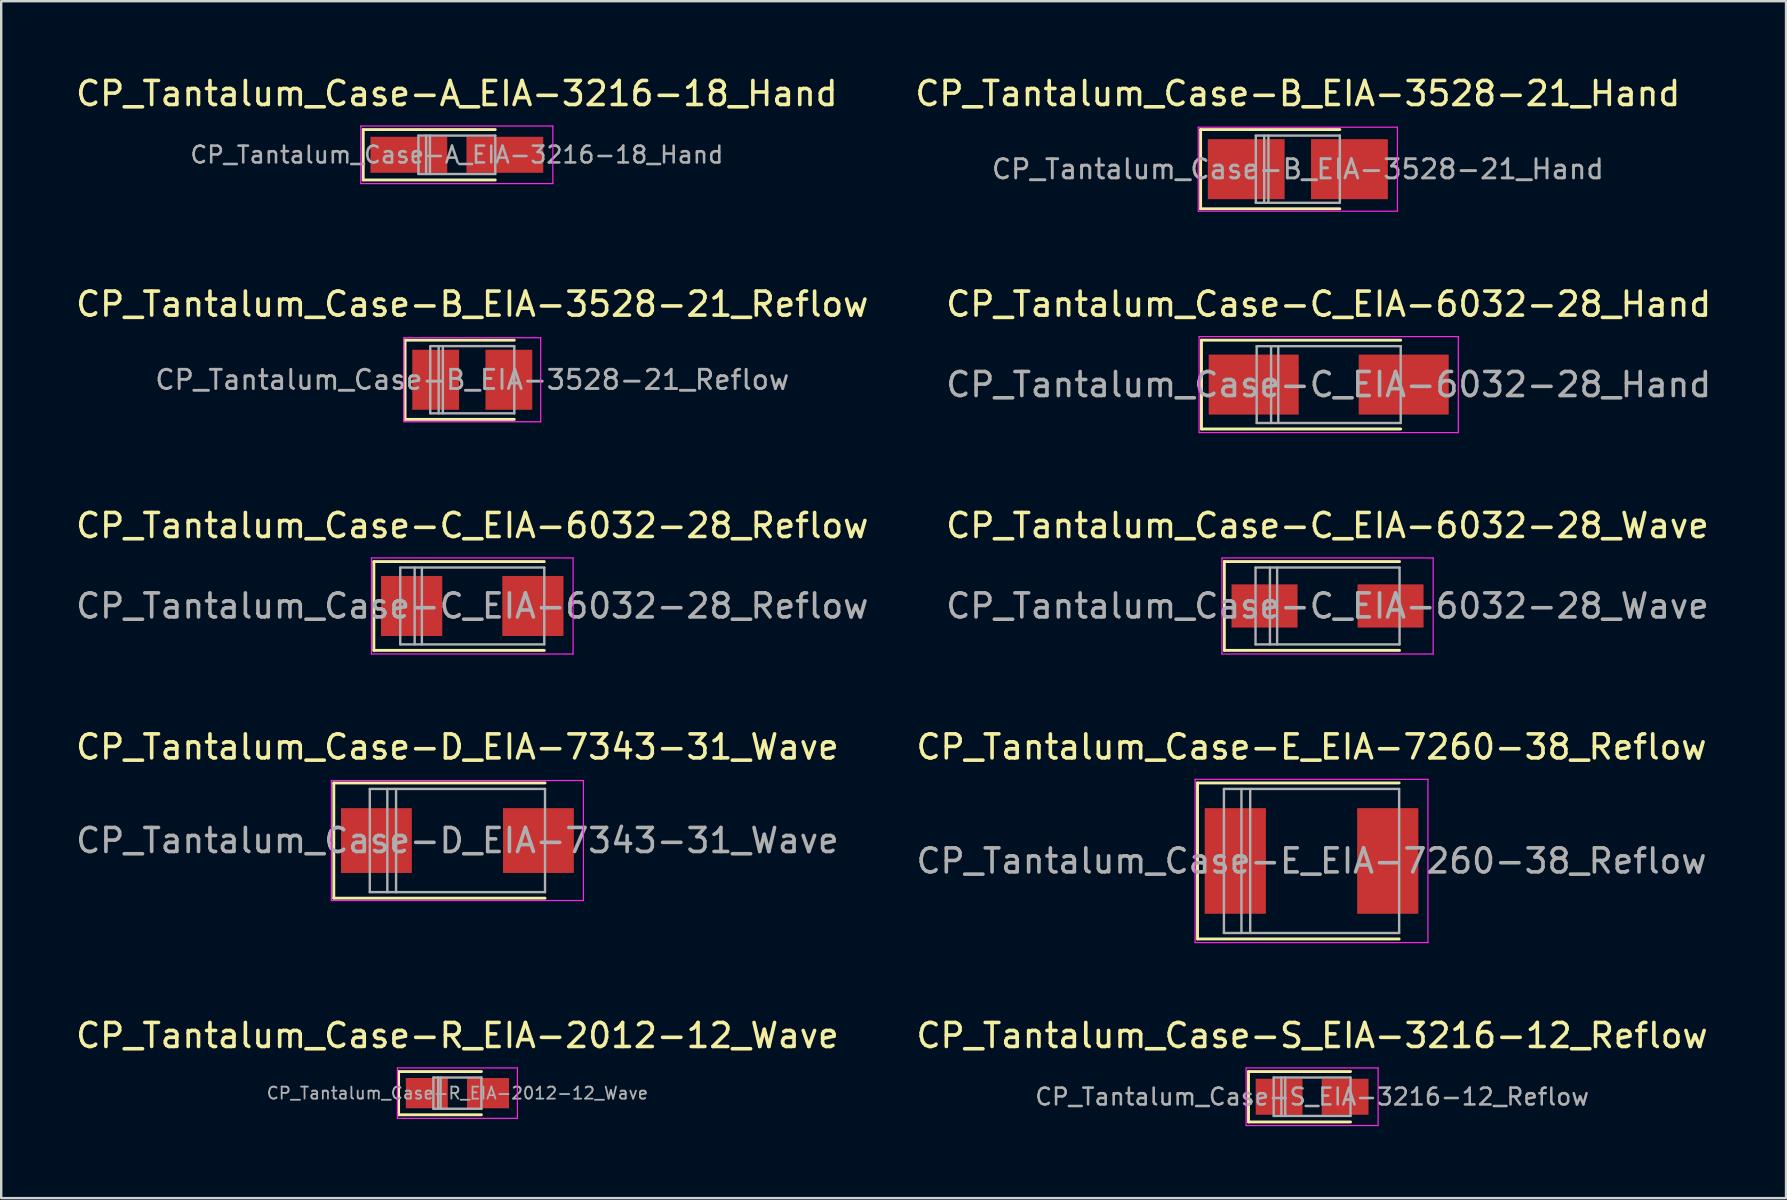
<source format=kicad_pcb>
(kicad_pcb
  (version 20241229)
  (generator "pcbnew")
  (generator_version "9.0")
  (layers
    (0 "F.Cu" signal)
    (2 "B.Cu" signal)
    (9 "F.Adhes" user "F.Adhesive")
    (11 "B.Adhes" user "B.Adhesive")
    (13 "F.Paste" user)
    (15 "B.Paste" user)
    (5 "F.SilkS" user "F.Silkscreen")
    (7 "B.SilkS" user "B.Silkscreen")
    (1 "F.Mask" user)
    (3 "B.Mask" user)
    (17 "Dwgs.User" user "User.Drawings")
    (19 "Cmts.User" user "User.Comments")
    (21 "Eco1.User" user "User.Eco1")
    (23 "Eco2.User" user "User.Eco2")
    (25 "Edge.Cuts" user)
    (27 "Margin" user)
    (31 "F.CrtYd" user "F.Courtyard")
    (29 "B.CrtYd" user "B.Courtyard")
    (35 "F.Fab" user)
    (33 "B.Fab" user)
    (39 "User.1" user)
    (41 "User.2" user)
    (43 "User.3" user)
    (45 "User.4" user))
  (footprint "CP_Tantalum_Case-A_EIA-3216-18_Hand"
    (layer "F.Cu")
    (at 15.982 3.398)
    (property "Reference" "CP_Tantalum_Case-A_EIA-3216-18_Hand" (at 0 -2.55 0) (layer "F.SilkS") (effects (font (size 1 1) (thickness 0.15))))
    (attr smd)
    (fp_line (start -3.9 -1.05) (end -3.9 1.05) (stroke (width 0.12) (type solid)) (layer "F.SilkS"))
    (fp_line (start -3.9 -1.05) (end 1.6 -1.05) (stroke (width 0.12) (type solid)) (layer "F.SilkS"))
    (fp_line (start -3.9 1.05) (end 1.6 1.05) (stroke (width 0.12) (type solid)) (layer "F.SilkS"))
    (fp_line (start -4 -1.2) (end -4 1.2) (stroke (width 0.05) (type solid)) (layer "F.CrtYd"))
    (fp_line (start -4 1.2) (end 4 1.2) (stroke (width 0.05) (type solid)) (layer "F.CrtYd"))
    (fp_line (start 4 -1.2) (end -4 -1.2) (stroke (width 0.05) (type solid)) (layer "F.CrtYd"))
    (fp_line (start 4 1.2) (end 4 -1.2) (stroke (width 0.05) (type solid)) (layer "F.CrtYd"))
    (fp_line (start -1.6 -0.8) (end -1.6 0.8) (stroke (width 0.1) (type solid)) (layer "F.Fab"))
    (fp_line (start -1.6 0.8) (end 1.6 0.8) (stroke (width 0.1) (type solid)) (layer "F.Fab"))
    (fp_line (start -1.28 -0.8) (end -1.28 0.8) (stroke (width 0.1) (type solid)) (layer "F.Fab"))
    (fp_line (start -1.12 -0.8) (end -1.12 0.8) (stroke (width 0.1) (type solid)) (layer "F.Fab"))
    (fp_line (start 1.6 -0.8) (end -1.6 -0.8) (stroke (width 0.1) (type solid)) (layer "F.Fab"))
    (fp_line (start 1.6 0.8) (end 1.6 -0.8) (stroke (width 0.1) (type solid)) (layer "F.Fab"))
    (fp_text user "${REFERENCE}" (at 0 0 0) (layer "F.Fab") (effects (font (size 0.7 0.7) (thickness 0.105))))
    (pad "1" smd rect (at -2 0) (size 3.2 1.5) (layers "F.Cu" "F.Mask" "F.Paste"))
    (pad "2" smd rect (at 2 0) (size 3.2 1.5) (layers "F.Cu" "F.Mask" "F.Paste")))
  (footprint "CP_Tantalum_Case-D_EIA-7343-31_Wave"
    (layer "F.Cu")
    (at 16.006 31.968)
    (property "Reference" "CP_Tantalum_Case-D_EIA-7343-31_Wave" (at 0 -3.9 0) (layer "F.SilkS") (effects (font (size 1 1) (thickness 0.15))))
    (attr smd)
    (fp_line (start -5.15 -2.4) (end -5.15 2.4) (stroke (width 0.12) (type solid)) (layer "F.SilkS"))
    (fp_line (start -5.15 -2.4) (end 3.65 -2.4) (stroke (width 0.12) (type solid)) (layer "F.SilkS"))
    (fp_line (start -5.15 2.4) (end 3.65 2.4) (stroke (width 0.12) (type solid)) (layer "F.SilkS"))
    (fp_line (start -5.25 -2.5) (end -5.25 2.5) (stroke (width 0.05) (type solid)) (layer "F.CrtYd"))
    (fp_line (start -5.25 2.5) (end 5.25 2.5) (stroke (width 0.05) (type solid)) (layer "F.CrtYd"))
    (fp_line (start 5.25 -2.5) (end -5.25 -2.5) (stroke (width 0.05) (type solid)) (layer "F.CrtYd"))
    (fp_line (start 5.25 2.5) (end 5.25 -2.5) (stroke (width 0.05) (type solid)) (layer "F.CrtYd"))
    (fp_line (start -3.65 -2.15) (end -3.65 2.15) (stroke (width 0.1) (type solid)) (layer "F.Fab"))
    (fp_line (start -3.65 2.15) (end 3.65 2.15) (stroke (width 0.1) (type solid)) (layer "F.Fab"))
    (fp_line (start -2.92 -2.15) (end -2.92 2.15) (stroke (width 0.1) (type solid)) (layer "F.Fab"))
    (fp_line (start -2.555 -2.15) (end -2.555 2.15) (stroke (width 0.1) (type solid)) (layer "F.Fab"))
    (fp_line (start 3.65 -2.15) (end -3.65 -2.15) (stroke (width 0.1) (type solid)) (layer "F.Fab"))
    (fp_line (start 3.65 2.15) (end 3.65 -2.15) (stroke (width 0.1) (type solid)) (layer "F.Fab"))
    (fp_text user "${REFERENCE}" (at 0 0 0) (layer "F.Fab") (effects (font (size 1 1) (thickness 0.15))))
    (pad "1" smd rect (at -3.375 0) (size 2.95 2.7) (layers "F.Cu" "F.Mask" "F.Paste"))
    (pad "2" smd rect (at 3.375 0) (size 2.95 2.7) (layers "F.Cu" "F.Mask" "F.Paste")))
  (footprint "CP_Tantalum_Case-C_EIA-6032-28_Wave"
    (layer "F.Cu")
    (at 52.256 22.195)
    (property "Reference" "CP_Tantalum_Case-C_EIA-6032-28_Wave" (at 0 -3.35 0) (layer "F.SilkS") (effects (font (size 1 1) (thickness 0.15))))
    (attr smd)
    (fp_line (start -4.3 -1.85) (end -4.3 1.85) (stroke (width 0.12) (type solid)) (layer "F.SilkS"))
    (fp_line (start -4.3 -1.85) (end 3 -1.85) (stroke (width 0.12) (type solid)) (layer "F.SilkS"))
    (fp_line (start -4.3 1.85) (end 3 1.85) (stroke (width 0.12) (type solid)) (layer "F.SilkS"))
    (fp_line (start -4.4 -2) (end -4.4 2) (stroke (width 0.05) (type solid)) (layer "F.CrtYd"))
    (fp_line (start -4.4 2) (end 4.4 2) (stroke (width 0.05) (type solid)) (layer "F.CrtYd"))
    (fp_line (start 4.4 -2) (end -4.4 -2) (stroke (width 0.05) (type solid)) (layer "F.CrtYd"))
    (fp_line (start 4.4 2) (end 4.4 -2) (stroke (width 0.05) (type solid)) (layer "F.CrtYd"))
    (fp_line (start -3 -1.6) (end -3 1.6) (stroke (width 0.1) (type solid)) (layer "F.Fab"))
    (fp_line (start -3 1.6) (end 3 1.6) (stroke (width 0.1) (type solid)) (layer "F.Fab"))
    (fp_line (start -2.4 -1.6) (end -2.4 1.6) (stroke (width 0.1) (type solid)) (layer "F.Fab"))
    (fp_line (start -2.1 -1.6) (end -2.1 1.6) (stroke (width 0.1) (type solid)) (layer "F.Fab"))
    (fp_line (start 3 -1.6) (end -3 -1.6) (stroke (width 0.1) (type solid)) (layer "F.Fab"))
    (fp_line (start 3 1.6) (end 3 -1.6) (stroke (width 0.1) (type solid)) (layer "F.Fab"))
    (fp_text user "${REFERENCE}" (at 0 0 0) (layer "F.Fab") (effects (font (size 1 1) (thickness 0.15))))
    (pad "1" smd rect (at -2.625 0) (size 2.75 1.8) (layers "F.Cu" "F.Mask" "F.Paste"))
    (pad "2" smd rect (at 2.625 0) (size 2.75 1.8) (layers "F.Cu" "F.Mask" "F.Paste")))
  (footprint "CP_Tantalum_Case-C_EIA-6032-28_Reflow"
    (layer "F.Cu")
    (at 16.625 22.195)
    (property "Reference" "CP_Tantalum_Case-C_EIA-6032-28_Reflow" (at 0 -3.35 0) (layer "F.SilkS") (effects (font (size 1 1) (thickness 0.15))))
    (attr smd)
    (fp_line (start -4.1 -1.85) (end -4.1 1.85) (stroke (width 0.12) (type solid)) (layer "F.SilkS"))
    (fp_line (start -4.1 -1.85) (end 3 -1.85) (stroke (width 0.12) (type solid)) (layer "F.SilkS"))
    (fp_line (start -4.1 1.85) (end 3 1.85) (stroke (width 0.12) (type solid)) (layer "F.SilkS"))
    (fp_line (start -4.2 -2) (end -4.2 2) (stroke (width 0.05) (type solid)) (layer "F.CrtYd"))
    (fp_line (start -4.2 2) (end 4.2 2) (stroke (width 0.05) (type solid)) (layer "F.CrtYd"))
    (fp_line (start 4.2 -2) (end -4.2 -2) (stroke (width 0.05) (type solid)) (layer "F.CrtYd"))
    (fp_line (start 4.2 2) (end 4.2 -2) (stroke (width 0.05) (type solid)) (layer "F.CrtYd"))
    (fp_line (start -3 -1.6) (end -3 1.6) (stroke (width 0.1) (type solid)) (layer "F.Fab"))
    (fp_line (start -3 1.6) (end 3 1.6) (stroke (width 0.1) (type solid)) (layer "F.Fab"))
    (fp_line (start -2.4 -1.6) (end -2.4 1.6) (stroke (width 0.1) (type solid)) (layer "F.Fab"))
    (fp_line (start -2.1 -1.6) (end -2.1 1.6) (stroke (width 0.1) (type solid)) (layer "F.Fab"))
    (fp_line (start 3 -1.6) (end -3 -1.6) (stroke (width 0.1) (type solid)) (layer "F.Fab"))
    (fp_line (start 3 1.6) (end 3 -1.6) (stroke (width 0.1) (type solid)) (layer "F.Fab"))
    (fp_text user "${REFERENCE}" (at 0 0 0) (layer "F.Fab") (effects (font (size 1 1) (thickness 0.15))))
    (pad "1" smd rect (at -2.525 0) (size 2.55 2.5) (layers "F.Cu" "F.Mask" "F.Paste"))
    (pad "2" smd rect (at 2.525 0) (size 2.55 2.5) (layers "F.Cu" "F.Mask" "F.Paste")))
  (footprint "CP_Tantalum_Case-S_EIA-3216-12_Reflow"
    (layer "F.Cu")
    (at 51.613 42.641)
    (property "Reference" "CP_Tantalum_Case-S_EIA-3216-12_Reflow" (at 0 -2.55 0) (layer "F.SilkS") (effects (font (size 1 1) (thickness 0.15))))
    (attr smd)
    (fp_line (start -2.65 -1.05) (end -2.65 1.05) (stroke (width 0.12) (type solid)) (layer "F.SilkS"))
    (fp_line (start -2.65 -1.05) (end 1.6 -1.05) (stroke (width 0.12) (type solid)) (layer "F.SilkS"))
    (fp_line (start -2.65 1.05) (end 1.6 1.05) (stroke (width 0.12) (type solid)) (layer "F.SilkS"))
    (fp_line (start -2.75 -1.2) (end -2.75 1.2) (stroke (width 0.05) (type solid)) (layer "F.CrtYd"))
    (fp_line (start -2.75 1.2) (end 2.75 1.2) (stroke (width 0.05) (type solid)) (layer "F.CrtYd"))
    (fp_line (start 2.75 -1.2) (end -2.75 -1.2) (stroke (width 0.05) (type solid)) (layer "F.CrtYd"))
    (fp_line (start 2.75 1.2) (end 2.75 -1.2) (stroke (width 0.05) (type solid)) (layer "F.CrtYd"))
    (fp_line (start -1.6 -0.8) (end -1.6 0.8) (stroke (width 0.1) (type solid)) (layer "F.Fab"))
    (fp_line (start -1.6 0.8) (end 1.6 0.8) (stroke (width 0.1) (type solid)) (layer "F.Fab"))
    (fp_line (start -1.28 -0.8) (end -1.28 0.8) (stroke (width 0.1) (type solid)) (layer "F.Fab"))
    (fp_line (start -1.12 -0.8) (end -1.12 0.8) (stroke (width 0.1) (type solid)) (layer "F.Fab"))
    (fp_line (start 1.6 -0.8) (end -1.6 -0.8) (stroke (width 0.1) (type solid)) (layer "F.Fab"))
    (fp_line (start 1.6 0.8) (end 1.6 -0.8) (stroke (width 0.1) (type solid)) (layer "F.Fab"))
    (fp_text user "${REFERENCE}" (at 0 0 0) (layer "F.Fab") (effects (font (size 0.7 0.7) (thickness 0.105))))
    (pad "1" smd rect (at -1.375 0) (size 1.95 1.5) (layers "F.Cu" "F.Mask" "F.Paste"))
    (pad "2" smd rect (at 1.375 0) (size 1.95 1.5) (layers "F.Cu" "F.Mask" "F.Paste")))
  (footprint "CP_Tantalum_Case-E_EIA-7260-38_Reflow"
    (layer "F.Cu")
    (at 51.589 32.818)
    (property "Reference" "CP_Tantalum_Case-E_EIA-7260-38_Reflow" (at 0 -4.75 0) (layer "F.SilkS") (effects (font (size 1 1) (thickness 0.15))))
    (attr smd)
    (fp_line (start -4.75 -3.25) (end -4.75 3.25) (stroke (width 0.12) (type solid)) (layer "F.SilkS"))
    (fp_line (start -4.75 -3.25) (end 3.65 -3.25) (stroke (width 0.12) (type solid)) (layer "F.SilkS"))
    (fp_line (start -4.75 3.25) (end 3.65 3.25) (stroke (width 0.12) (type solid)) (layer "F.SilkS"))
    (fp_line (start -4.85 -3.4) (end -4.85 3.4) (stroke (width 0.05) (type solid)) (layer "F.CrtYd"))
    (fp_line (start -4.85 3.4) (end 4.85 3.4) (stroke (width 0.05) (type solid)) (layer "F.CrtYd"))
    (fp_line (start 4.85 -3.4) (end -4.85 -3.4) (stroke (width 0.05) (type solid)) (layer "F.CrtYd"))
    (fp_line (start 4.85 3.4) (end 4.85 -3.4) (stroke (width 0.05) (type solid)) (layer "F.CrtYd"))
    (fp_line (start -3.65 -3) (end -3.65 3) (stroke (width 0.1) (type solid)) (layer "F.Fab"))
    (fp_line (start -3.65 3) (end 3.65 3) (stroke (width 0.1) (type solid)) (layer "F.Fab"))
    (fp_line (start -2.92 -3) (end -2.92 3) (stroke (width 0.1) (type solid)) (layer "F.Fab"))
    (fp_line (start -2.555 -3) (end -2.555 3) (stroke (width 0.1) (type solid)) (layer "F.Fab"))
    (fp_line (start 3.65 -3) (end -3.65 -3) (stroke (width 0.1) (type solid)) (layer "F.Fab"))
    (fp_line (start 3.65 3) (end 3.65 -3) (stroke (width 0.1) (type solid)) (layer "F.Fab"))
    (fp_text user "${REFERENCE}" (at 0 0 0) (layer "F.Fab") (effects (font (size 1 1) (thickness 0.15))))
    (pad "1" smd rect (at -3.175 0) (size 2.55 4.4) (layers "F.Cu" "F.Mask" "F.Paste"))
    (pad "2" smd rect (at 3.175 0) (size 2.55 4.4) (layers "F.Cu" "F.Mask" "F.Paste")))
  (footprint "CP_Tantalum_Case-B_EIA-3528-21_Hand"
    (layer "F.Cu")
    (at 51.018 3.998)
    (property "Reference" "CP_Tantalum_Case-B_EIA-3528-21_Hand" (at 0 -3.15 0) (layer "F.SilkS") (effects (font (size 1 1) (thickness 0.15))))
    (attr smd)
    (fp_line (start -4.05 -1.65) (end -4.05 1.65) (stroke (width 0.12) (type solid)) (layer "F.SilkS"))
    (fp_line (start -4.05 -1.65) (end 1.75 -1.65) (stroke (width 0.12) (type solid)) (layer "F.SilkS"))
    (fp_line (start -4.05 1.65) (end 1.75 1.65) (stroke (width 0.12) (type solid)) (layer "F.SilkS"))
    (fp_line (start -4.15 -1.75) (end -4.15 1.75) (stroke (width 0.05) (type solid)) (layer "F.CrtYd"))
    (fp_line (start -4.15 1.75) (end 4.15 1.75) (stroke (width 0.05) (type solid)) (layer "F.CrtYd"))
    (fp_line (start 4.15 -1.75) (end -4.15 -1.75) (stroke (width 0.05) (type solid)) (layer "F.CrtYd"))
    (fp_line (start 4.15 1.75) (end 4.15 -1.75) (stroke (width 0.05) (type solid)) (layer "F.CrtYd"))
    (fp_line (start -1.75 -1.4) (end -1.75 1.4) (stroke (width 0.1) (type solid)) (layer "F.Fab"))
    (fp_line (start -1.75 1.4) (end 1.75 1.4) (stroke (width 0.1) (type solid)) (layer "F.Fab"))
    (fp_line (start -1.4 -1.4) (end -1.4 1.4) (stroke (width 0.1) (type solid)) (layer "F.Fab"))
    (fp_line (start -1.225 -1.4) (end -1.225 1.4) (stroke (width 0.1) (type solid)) (layer "F.Fab"))
    (fp_line (start 1.75 -1.4) (end -1.75 -1.4) (stroke (width 0.1) (type solid)) (layer "F.Fab"))
    (fp_line (start 1.75 1.4) (end 1.75 -1.4) (stroke (width 0.1) (type solid)) (layer "F.Fab"))
    (fp_text user "${REFERENCE}" (at 0 0 0) (layer "F.Fab") (effects (font (size 0.8 0.8) (thickness 0.12))))
    (pad "1" smd rect (at -2.15 0) (size 3.2 2.5) (layers "F.Cu" "F.Mask" "F.Paste"))
    (pad "2" smd rect (at 2.15 0) (size 3.2 2.5) (layers "F.Cu" "F.Mask" "F.Paste")))
  (footprint "CP_Tantalum_Case-C_EIA-6032-28_Hand"
    (layer "F.Cu")
    (at 52.304 12.972)
    (property "Reference" "CP_Tantalum_Case-C_EIA-6032-28_Hand" (at 0 -3.35 0) (layer "F.SilkS") (effects (font (size 1 1) (thickness 0.15))))
    (attr smd)
    (fp_line (start -5.3 -1.85) (end -5.3 1.85) (stroke (width 0.12) (type solid)) (layer "F.SilkS"))
    (fp_line (start -5.3 -1.85) (end 3 -1.85) (stroke (width 0.12) (type solid)) (layer "F.SilkS"))
    (fp_line (start -5.3 1.85) (end 3 1.85) (stroke (width 0.12) (type solid)) (layer "F.SilkS"))
    (fp_line (start -5.4 -2) (end -5.4 2) (stroke (width 0.05) (type solid)) (layer "F.CrtYd"))
    (fp_line (start -5.4 2) (end 5.4 2) (stroke (width 0.05) (type solid)) (layer "F.CrtYd"))
    (fp_line (start 5.4 -2) (end -5.4 -2) (stroke (width 0.05) (type solid)) (layer "F.CrtYd"))
    (fp_line (start 5.4 2) (end 5.4 -2) (stroke (width 0.05) (type solid)) (layer "F.CrtYd"))
    (fp_line (start -3 -1.6) (end -3 1.6) (stroke (width 0.1) (type solid)) (layer "F.Fab"))
    (fp_line (start -3 1.6) (end 3 1.6) (stroke (width 0.1) (type solid)) (layer "F.Fab"))
    (fp_line (start -2.4 -1.6) (end -2.4 1.6) (stroke (width 0.1) (type solid)) (layer "F.Fab"))
    (fp_line (start -2.1 -1.6) (end -2.1 1.6) (stroke (width 0.1) (type solid)) (layer "F.Fab"))
    (fp_line (start 3 -1.6) (end -3 -1.6) (stroke (width 0.1) (type solid)) (layer "F.Fab"))
    (fp_line (start 3 1.6) (end 3 -1.6) (stroke (width 0.1) (type solid)) (layer "F.Fab"))
    (fp_text user "${REFERENCE}" (at 0 0 0) (layer "F.Fab") (effects (font (size 1 1) (thickness 0.15))))
    (pad "1" smd rect (at -3.125 0) (size 3.75 2.5) (layers "F.Cu" "F.Mask" "F.Paste"))
    (pad "2" smd rect (at 3.125 0) (size 3.75 2.5) (layers "F.Cu" "F.Mask" "F.Paste")))
  (footprint "CP_Tantalum_Case-R_EIA-2012-12_Wave"
    (layer "F.Cu")
    (at 16.006 42.491)
    (property "Reference" "CP_Tantalum_Case-R_EIA-2012-12_Wave" (at 0 -2.4 0) (layer "F.SilkS") (effects (font (size 1 1) (thickness 0.15))))
    (attr smd)
    (fp_line (start -2.45 -0.9) (end -2.45 0.9) (stroke (width 0.12) (type solid)) (layer "F.SilkS"))
    (fp_line (start -2.45 -0.9) (end 1 -0.9) (stroke (width 0.12) (type solid)) (layer "F.SilkS"))
    (fp_line (start -2.45 0.9) (end 1 0.9) (stroke (width 0.12) (type solid)) (layer "F.SilkS"))
    (fp_line (start -2.5 -1.05) (end -2.5 1.05) (stroke (width 0.05) (type solid)) (layer "F.CrtYd"))
    (fp_line (start -2.5 1.05) (end 2.5 1.05) (stroke (width 0.05) (type solid)) (layer "F.CrtYd"))
    (fp_line (start 2.5 -1.05) (end -2.5 -1.05) (stroke (width 0.05) (type solid)) (layer "F.CrtYd"))
    (fp_line (start 2.5 1.05) (end 2.5 -1.05) (stroke (width 0.05) (type solid)) (layer "F.CrtYd"))
    (fp_line (start -1 -0.65) (end -1 0.65) (stroke (width 0.1) (type solid)) (layer "F.Fab"))
    (fp_line (start -1 0.65) (end 1 0.65) (stroke (width 0.1) (type solid)) (layer "F.Fab"))
    (fp_line (start -0.8 -0.65) (end -0.8 0.65) (stroke (width 0.1) (type solid)) (layer "F.Fab"))
    (fp_line (start -0.7 -0.65) (end -0.7 0.65) (stroke (width 0.1) (type solid)) (layer "F.Fab"))
    (fp_line (start 1 -0.65) (end -1 -0.65) (stroke (width 0.1) (type solid)) (layer "F.Fab"))
    (fp_line (start 1 0.65) (end 1 -0.65) (stroke (width 0.1) (type solid)) (layer "F.Fab"))
    (fp_text user "${REFERENCE}" (at 0 0 0) (layer "F.Fab") (effects (font (size 0.5 0.5) (thickness 0.075))))
    (pad "1" smd rect (at -1.275 0) (size 1.75 1.26) (layers "F.Cu" "F.Mask" "F.Paste"))
    (pad "2" smd rect (at 1.275 0) (size 1.75 1.26) (layers "F.Cu" "F.Mask" "F.Paste")))
  (footprint "CP_Tantalum_Case-B_EIA-3528-21_Reflow"
    (layer "F.Cu")
    (at 16.625 12.771)
    (property "Reference" "CP_Tantalum_Case-B_EIA-3528-21_Reflow" (at 0 -3.15 0) (layer "F.SilkS") (effects (font (size 1 1) (thickness 0.15))))
    (attr smd)
    (fp_line (start -2.8 -1.65) (end -2.8 1.65) (stroke (width 0.12) (type solid)) (layer "F.SilkS"))
    (fp_line (start -2.8 -1.65) (end 1.75 -1.65) (stroke (width 0.12) (type solid)) (layer "F.SilkS"))
    (fp_line (start -2.8 1.65) (end 1.75 1.65) (stroke (width 0.12) (type solid)) (layer "F.SilkS"))
    (fp_line (start -2.85 -1.75) (end -2.85 1.75) (stroke (width 0.05) (type solid)) (layer "F.CrtYd"))
    (fp_line (start -2.85 1.75) (end 2.85 1.75) (stroke (width 0.05) (type solid)) (layer "F.CrtYd"))
    (fp_line (start 2.85 -1.75) (end -2.85 -1.75) (stroke (width 0.05) (type solid)) (layer "F.CrtYd"))
    (fp_line (start 2.85 1.75) (end 2.85 -1.75) (stroke (width 0.05) (type solid)) (layer "F.CrtYd"))
    (fp_line (start -1.75 -1.4) (end -1.75 1.4) (stroke (width 0.1) (type solid)) (layer "F.Fab"))
    (fp_line (start -1.75 1.4) (end 1.75 1.4) (stroke (width 0.1) (type solid)) (layer "F.Fab"))
    (fp_line (start -1.4 -1.4) (end -1.4 1.4) (stroke (width 0.1) (type solid)) (layer "F.Fab"))
    (fp_line (start -1.225 -1.4) (end -1.225 1.4) (stroke (width 0.1) (type solid)) (layer "F.Fab"))
    (fp_line (start 1.75 -1.4) (end -1.75 -1.4) (stroke (width 0.1) (type solid)) (layer "F.Fab"))
    (fp_line (start 1.75 1.4) (end 1.75 -1.4) (stroke (width 0.1) (type solid)) (layer "F.Fab"))
    (fp_text user "${REFERENCE}" (at 0 0 0) (layer "F.Fab") (effects (font (size 0.8 0.8) (thickness 0.12))))
    (pad "1" smd rect (at -1.525 0) (size 1.95 2.5) (layers "F.Cu" "F.Mask" "F.Paste"))
    (pad "2" smd rect (at 1.525 0) (size 1.95 2.5) (layers "F.Cu" "F.Mask" "F.Paste")))
  (gr_rect
    (start -3 -3)
    (end 71.357 46.866)
    (stroke (width 0.1) (type default))
    (fill no)
    (layer "Edge.Cuts")))
</source>
